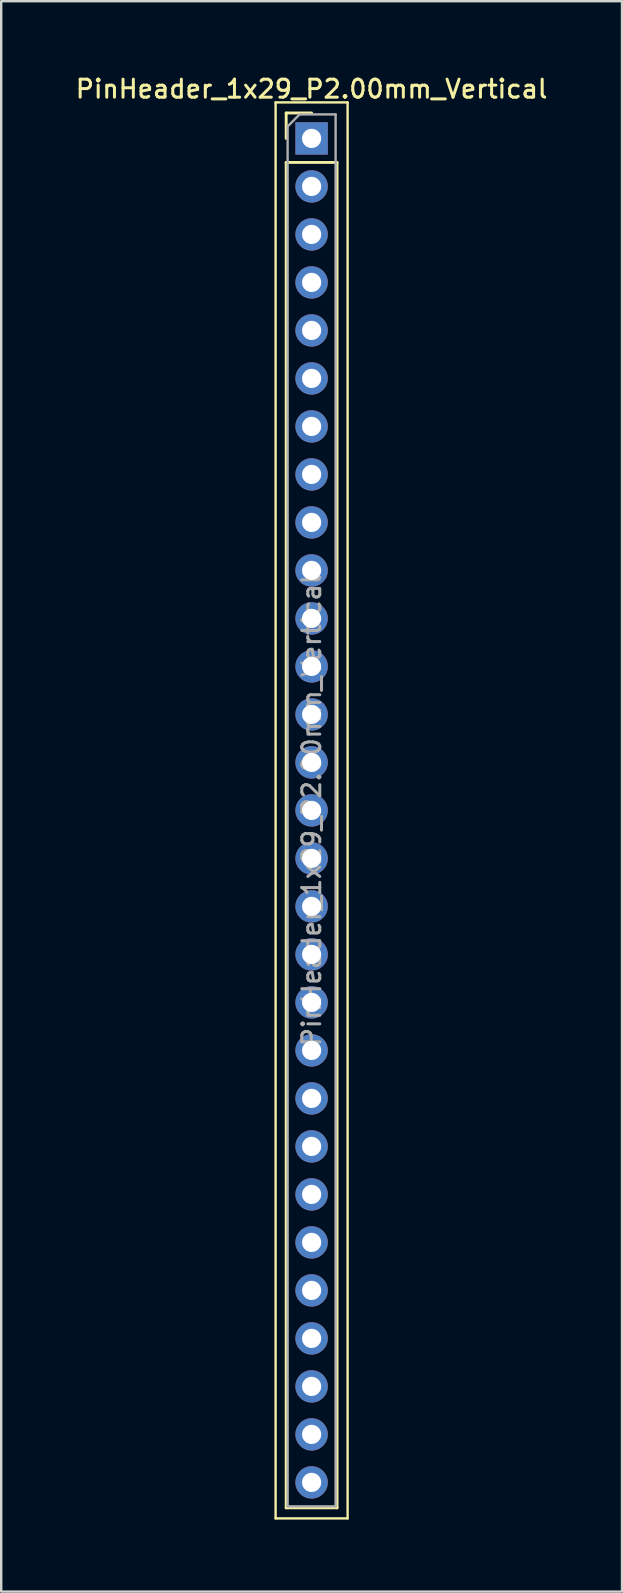
<source format=kicad_pcb>
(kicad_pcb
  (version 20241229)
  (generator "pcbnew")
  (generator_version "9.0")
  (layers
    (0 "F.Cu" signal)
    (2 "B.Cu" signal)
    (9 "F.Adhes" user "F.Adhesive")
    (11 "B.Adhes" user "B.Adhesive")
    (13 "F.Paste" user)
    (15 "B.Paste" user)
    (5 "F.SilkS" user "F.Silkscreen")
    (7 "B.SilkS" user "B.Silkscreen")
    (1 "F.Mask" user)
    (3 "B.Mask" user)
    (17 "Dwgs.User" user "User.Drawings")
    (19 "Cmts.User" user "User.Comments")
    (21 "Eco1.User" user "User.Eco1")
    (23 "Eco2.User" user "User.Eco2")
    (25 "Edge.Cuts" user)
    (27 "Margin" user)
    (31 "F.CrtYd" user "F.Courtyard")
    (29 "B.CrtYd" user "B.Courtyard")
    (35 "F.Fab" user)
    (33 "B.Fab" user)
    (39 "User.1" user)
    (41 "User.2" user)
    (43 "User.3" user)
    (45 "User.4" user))
  (footprint "PinHeader_1x29_P2.00mm_Vertical"
    (layer "F.Cu")
    (at 9.934 2.718)
    (property "Reference" "PinHeader_1x29_P2.00mm_Vertical" (at 0 -2.06 0) (layer "F.SilkS") (effects (font (size 0.75 0.75) (thickness 0.125))))
    (attr through_hole)
    (fp_line (start -1.5 -1.5) (end -1.5 57.5) (stroke (width 0.1) (type solid)) (layer "F.SilkS"))
    (fp_line (start -1.5 57.5) (end 1.5 57.5) (stroke (width 0.1) (type solid)) (layer "F.SilkS"))
    (fp_line (start -1.06 -1.06) (end 0 -1.06) (stroke (width 0.12) (type solid)) (layer "F.SilkS"))
    (fp_line (start -1.06 0) (end -1.06 -1.06) (stroke (width 0.12) (type solid)) (layer "F.SilkS"))
    (fp_line (start -1.06 1) (end -1.06 57.06) (stroke (width 0.12) (type solid)) (layer "F.SilkS"))
    (fp_line (start -1.06 1) (end 1.06 1) (stroke (width 0.12) (type solid)) (layer "F.SilkS"))
    (fp_line (start -1.06 57.06) (end 1.06 57.06) (stroke (width 0.12) (type solid)) (layer "F.SilkS"))
    (fp_line (start 1.06 1) (end 1.06 57.06) (stroke (width 0.12) (type solid)) (layer "F.SilkS"))
    (fp_line (start 1.5 -1.5) (end -1.5 -1.5) (stroke (width 0.1) (type solid)) (layer "F.SilkS"))
    (fp_line (start 1.5 57.5) (end 1.5 -1.5) (stroke (width 0.1) (type solid)) (layer "F.SilkS"))
    (fp_line (start -1 -0.5) (end -0.5 -1) (stroke (width 0.1) (type solid)) (layer "F.Fab"))
    (fp_line (start -1 57) (end -1 -0.5) (stroke (width 0.1) (type solid)) (layer "F.Fab"))
    (fp_line (start -0.5 -1) (end 1 -1) (stroke (width 0.1) (type solid)) (layer "F.Fab"))
    (fp_line (start 1 -1) (end 1 57) (stroke (width 0.1) (type solid)) (layer "F.Fab"))
    (fp_line (start 1 57) (end -1 57) (stroke (width 0.1) (type solid)) (layer "F.Fab"))
    (fp_text user "${REFERENCE}" (at 0 28 90) (layer "F.Fab") (effects (font (size 0.75 0.75) (thickness 0.125))))
    (pad "1" thru_hole rect (at 0 0) (size 1.35 1.35) (drill 0.8) (layers "*.Cu" "*.Mask"))
    (pad "2" thru_hole oval (at 0 2) (size 1.35 1.35) (drill 0.8) (layers "*.Cu" "*.Mask"))
    (pad "3" thru_hole oval (at 0 4) (size 1.35 1.35) (drill 0.8) (layers "*.Cu" "*.Mask"))
    (pad "4" thru_hole oval (at 0 6) (size 1.35 1.35) (drill 0.8) (layers "*.Cu" "*.Mask"))
    (pad "5" thru_hole oval (at 0 8) (size 1.35 1.35) (drill 0.8) (layers "*.Cu" "*.Mask"))
    (pad "6" thru_hole oval (at 0 10) (size 1.35 1.35) (drill 0.8) (layers "*.Cu" "*.Mask"))
    (pad "7" thru_hole oval (at 0 12) (size 1.35 1.35) (drill 0.8) (layers "*.Cu" "*.Mask"))
    (pad "8" thru_hole oval (at 0 14) (size 1.35 1.35) (drill 0.8) (layers "*.Cu" "*.Mask"))
    (pad "9" thru_hole oval (at 0 16) (size 1.35 1.35) (drill 0.8) (layers "*.Cu" "*.Mask"))
    (pad "10" thru_hole oval (at 0 18) (size 1.35 1.35) (drill 0.8) (layers "*.Cu" "*.Mask"))
    (pad "11" thru_hole oval (at 0 20) (size 1.35 1.35) (drill 0.8) (layers "*.Cu" "*.Mask"))
    (pad "12" thru_hole oval (at 0 22) (size 1.35 1.35) (drill 0.8) (layers "*.Cu" "*.Mask"))
    (pad "13" thru_hole oval (at 0 24) (size 1.35 1.35) (drill 0.8) (layers "*.Cu" "*.Mask"))
    (pad "14" thru_hole oval (at 0 26) (size 1.35 1.35) (drill 0.8) (layers "*.Cu" "*.Mask"))
    (pad "15" thru_hole oval (at 0 28) (size 1.35 1.35) (drill 0.8) (layers "*.Cu" "*.Mask"))
    (pad "16" thru_hole oval (at 0 30) (size 1.35 1.35) (drill 0.8) (layers "*.Cu" "*.Mask"))
    (pad "17" thru_hole oval (at 0 32) (size 1.35 1.35) (drill 0.8) (layers "*.Cu" "*.Mask"))
    (pad "18" thru_hole oval (at 0 34) (size 1.35 1.35) (drill 0.8) (layers "*.Cu" "*.Mask"))
    (pad "19" thru_hole oval (at 0 36) (size 1.35 1.35) (drill 0.8) (layers "*.Cu" "*.Mask"))
    (pad "20" thru_hole oval (at 0 38) (size 1.35 1.35) (drill 0.8) (layers "*.Cu" "*.Mask"))
    (pad "21" thru_hole oval (at 0 40) (size 1.35 1.35) (drill 0.8) (layers "*.Cu" "*.Mask"))
    (pad "22" thru_hole oval (at 0 42) (size 1.35 1.35) (drill 0.8) (layers "*.Cu" "*.Mask"))
    (pad "23" thru_hole oval (at 0 44) (size 1.35 1.35) (drill 0.8) (layers "*.Cu" "*.Mask"))
    (pad "24" thru_hole oval (at 0 46) (size 1.35 1.35) (drill 0.8) (layers "*.Cu" "*.Mask"))
    (pad "25" thru_hole oval (at 0 48) (size 1.35 1.35) (drill 0.8) (layers "*.Cu" "*.Mask"))
    (pad "26" thru_hole oval (at 0 50) (size 1.35 1.35) (drill 0.8) (layers "*.Cu" "*.Mask"))
    (pad "27" thru_hole oval (at 0 52) (size 1.35 1.35) (drill 0.8) (layers "*.Cu" "*.Mask"))
    (pad "28" thru_hole oval (at 0 54) (size 1.35 1.35) (drill 0.8) (layers "*.Cu" "*.Mask"))
    (pad "29" thru_hole oval (at 0 56) (size 1.35 1.35) (drill 0.8) (layers "*.Cu" "*.Mask")))
  (gr_rect
    (start -3 -3)
    (end 22.868 63.268)
    (stroke (width 0.1) (type default))
    (fill no)
    (layer "Edge.Cuts")))
</source>
